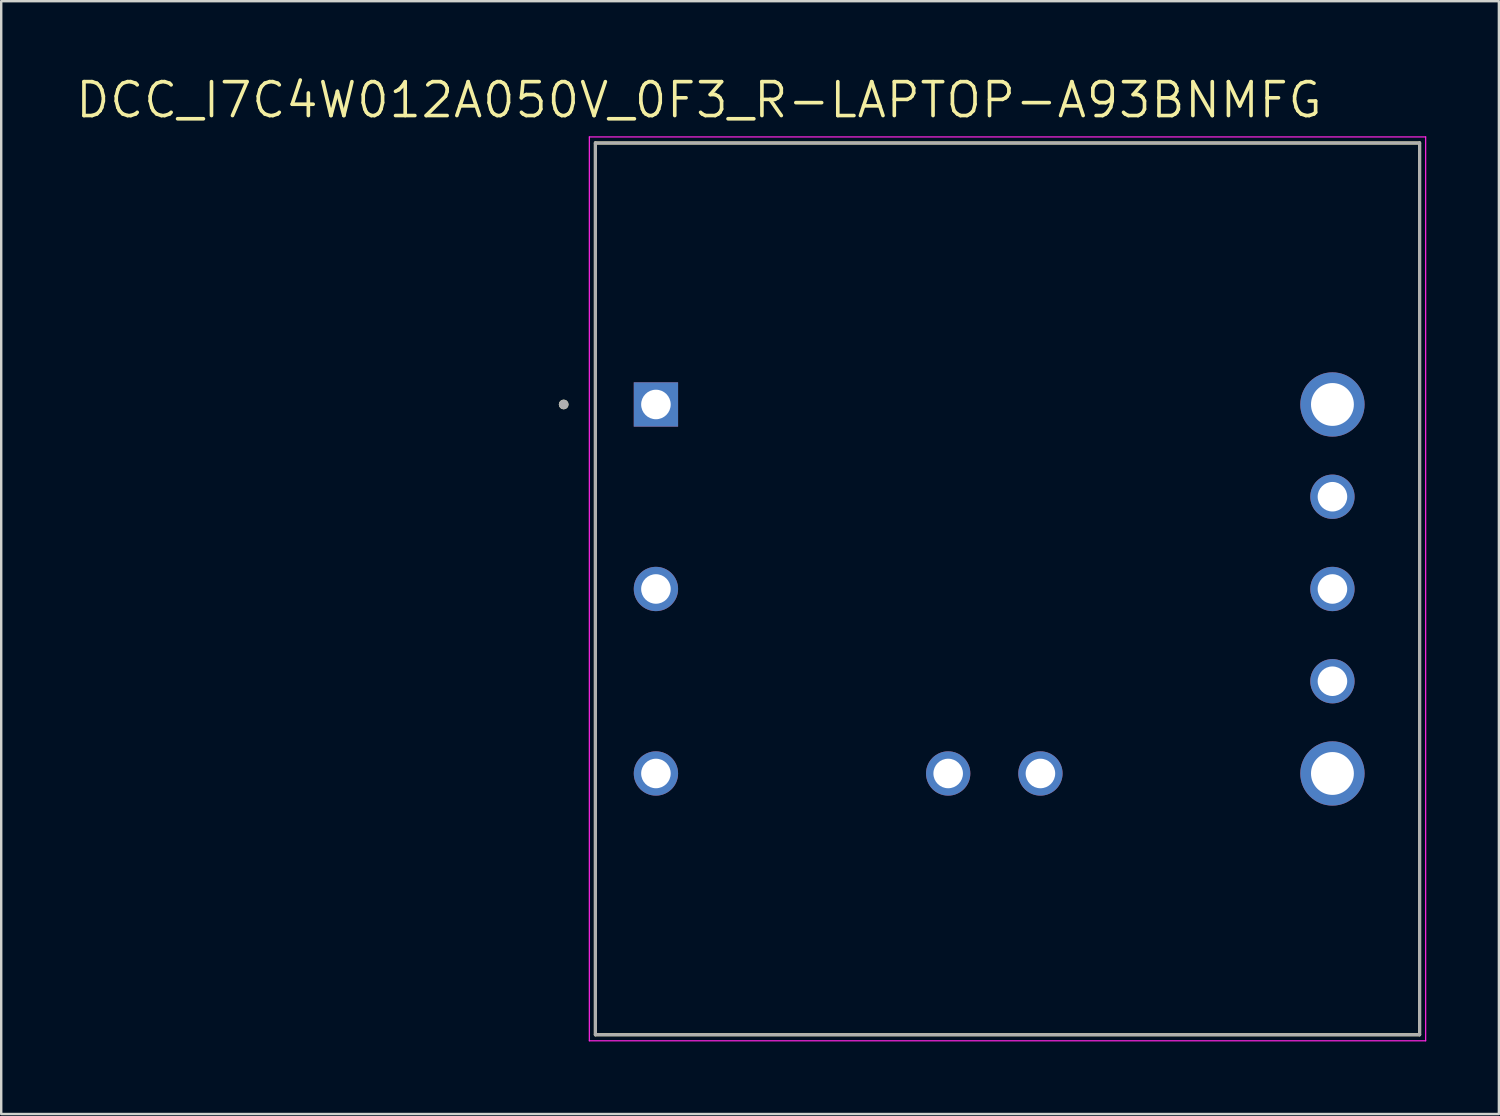
<source format=kicad_pcb>
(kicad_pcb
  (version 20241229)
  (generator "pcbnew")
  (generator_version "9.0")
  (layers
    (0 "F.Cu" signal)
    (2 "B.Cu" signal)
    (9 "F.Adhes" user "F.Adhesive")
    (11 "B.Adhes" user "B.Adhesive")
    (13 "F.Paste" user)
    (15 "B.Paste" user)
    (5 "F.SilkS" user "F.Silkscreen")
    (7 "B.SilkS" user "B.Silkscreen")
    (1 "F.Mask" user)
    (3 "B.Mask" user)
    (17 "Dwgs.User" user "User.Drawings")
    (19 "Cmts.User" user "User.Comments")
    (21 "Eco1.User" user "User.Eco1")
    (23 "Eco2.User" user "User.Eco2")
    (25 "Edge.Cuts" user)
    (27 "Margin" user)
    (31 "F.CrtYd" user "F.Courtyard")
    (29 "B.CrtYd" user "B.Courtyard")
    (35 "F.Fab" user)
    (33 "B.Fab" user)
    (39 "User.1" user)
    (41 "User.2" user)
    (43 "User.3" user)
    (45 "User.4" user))
  (footprint "DCC_I7C4W012A050V_0F3_R-LAPTOP-A93BNMFG"
    (layer "F.Cu")
    (at 38.56 21.27)
    (property "Reference" "DCC_I7C4W012A050V_0F3_R-LAPTOP-A93BNMFG" (at -12.742 -20.188 0) (layer "F.SilkS") (effects (font (size 1.4 1.4) (thickness 0.15))))
    (attr through_hole)
    (fp_line (start -17.02 -18.415) (end -17.02 18.415) (stroke (width 0.127) (type solid)) (layer "F.SilkS"))
    (fp_line (start -17.02 18.415) (end 17.02 18.415) (stroke (width 0.127) (type solid)) (layer "F.SilkS"))
    (fp_line (start 17.02 -18.415) (end -17.02 -18.415) (stroke (width 0.127) (type solid)) (layer "F.SilkS"))
    (fp_line (start 17.02 18.415) (end 17.02 -18.415) (stroke (width 0.127) (type solid)) (layer "F.SilkS"))
    (fp_circle (center -18.33 -7.615) (end -18.23 -7.615) (stroke (width 0.2) (type solid)) (fill no) (layer "F.SilkS"))
    (fp_line (start -17.27 -18.665) (end 17.27 -18.665) (stroke (width 0.05) (type solid)) (layer "F.CrtYd"))
    (fp_line (start -17.27 18.665) (end -17.27 -18.665) (stroke (width 0.05) (type solid)) (layer "F.CrtYd"))
    (fp_line (start 17.27 -18.665) (end 17.27 18.665) (stroke (width 0.05) (type solid)) (layer "F.CrtYd"))
    (fp_line (start 17.27 18.665) (end -17.27 18.665) (stroke (width 0.05) (type solid)) (layer "F.CrtYd"))
    (fp_line (start -17.02 -18.415) (end -17.02 18.415) (stroke (width 0.127) (type solid)) (layer "F.Fab"))
    (fp_line (start -17.02 -18.415) (end 17.02 -18.415) (stroke (width 0.127) (type solid)) (layer "F.Fab"))
    (fp_line (start -17.02 18.415) (end 17.02 18.415) (stroke (width 0.127) (type solid)) (layer "F.Fab"))
    (fp_line (start 17.02 18.415) (end 17.02 -18.415) (stroke (width 0.127) (type solid)) (layer "F.Fab"))
    (fp_circle (center -18.33 -7.615) (end -18.23 -7.615) (stroke (width 0.2) (type solid)) (fill no) (layer "F.Fab"))
    (pad "1" thru_hole rect (at -14.52 -7.615) (size 1.83 1.83) (drill 1.22) (layers "*.Cu" "*.Mask"))
    (pad "2" thru_hole circle (at -14.52 0.005) (size 1.83 1.83) (drill 1.22) (layers "*.Cu" "*.Mask"))
    (pad "3" thru_hole circle (at -14.52 7.625) (size 1.83 1.83) (drill 1.22) (layers "*.Cu" "*.Mask"))
    (pad "4" thru_hole circle (at 13.42 7.625) (size 2.655 2.655) (drill 1.77) (layers "*.Cu" "*.Mask"))
    (pad "5" thru_hole circle (at 13.42 3.815) (size 1.83 1.83) (drill 1.22) (layers "*.Cu" "*.Mask"))
    (pad "6" thru_hole circle (at 13.42 0.005) (size 1.83 1.83) (drill 1.22) (layers "*.Cu" "*.Mask"))
    (pad "7" thru_hole circle (at 13.42 -3.805) (size 1.83 1.83) (drill 1.22) (layers "*.Cu" "*.Mask"))
    (pad "8" thru_hole circle (at 13.42 -7.615) (size 2.655 2.655) (drill 1.77) (layers "*.Cu" "*.Mask"))
    (pad "32" thru_hole circle (at -2.45 7.625) (size 1.83 1.83) (drill 1.22) (layers "*.Cu" "*.Mask"))
    (pad "34" thru_hole circle (at 1.36 7.625) (size 1.83 1.83) (drill 1.22) (layers "*.Cu" "*.Mask")))
  (gr_rect
    (start -3 -3)
    (end 58.855 42.96)
    (stroke (width 0.1) (type default))
    (fill no)
    (layer "Edge.Cuts")))
</source>
